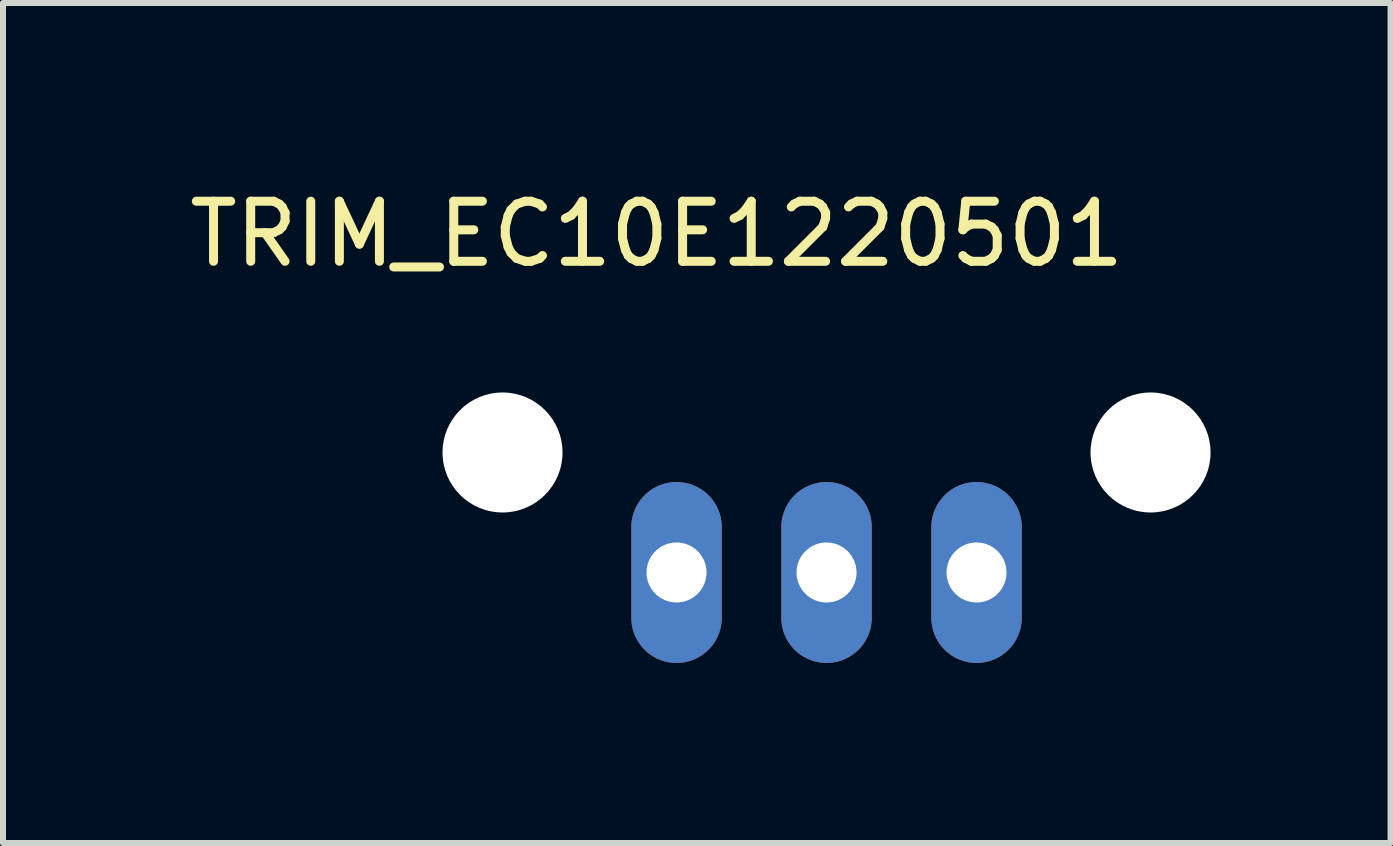
<source format=kicad_pcb>
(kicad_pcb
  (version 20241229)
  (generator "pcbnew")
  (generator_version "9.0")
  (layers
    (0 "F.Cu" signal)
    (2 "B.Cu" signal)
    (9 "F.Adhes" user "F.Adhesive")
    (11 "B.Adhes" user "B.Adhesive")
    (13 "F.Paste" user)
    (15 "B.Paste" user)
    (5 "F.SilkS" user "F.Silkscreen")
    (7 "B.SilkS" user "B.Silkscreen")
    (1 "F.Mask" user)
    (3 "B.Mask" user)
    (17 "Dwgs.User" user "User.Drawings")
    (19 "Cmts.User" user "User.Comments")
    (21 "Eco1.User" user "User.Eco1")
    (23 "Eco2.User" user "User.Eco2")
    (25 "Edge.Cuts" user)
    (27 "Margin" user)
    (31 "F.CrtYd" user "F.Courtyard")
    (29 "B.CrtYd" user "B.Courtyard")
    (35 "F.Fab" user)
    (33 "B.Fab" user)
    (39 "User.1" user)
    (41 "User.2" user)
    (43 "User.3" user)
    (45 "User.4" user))
  (footprint "TRIM_EC10E1220501"
    (layer "F.Cu")
    (at 10.725 6.491)
    (property "Reference" "TRIM_EC10E1220501" (at -2.828 -5.642 0) (layer "F.SilkS") (effects (font (size 1.001 1.001) (thickness 0.15))))
    (attr through_hole)
    (pad "" np_thru_hole circle (at -5.4 -2) (size 2 2) (drill 2) (layers "*.Cu" "*.Mask"))
    (pad "" np_thru_hole circle (at 5.4 -2) (size 2 2) (drill 2) (layers "*.Cu" "*.Mask"))
    (pad "A" thru_hole oval (at -2.5 0) (size 1.508 3.016) (drill 1) (layers "*.Cu" "*.Mask"))
    (pad "B" thru_hole oval (at 0 0) (size 1.508 3.016) (drill 1) (layers "*.Cu" "*.Mask"))
    (pad "C" thru_hole oval (at 2.5 0) (size 1.508 3.016) (drill 1) (layers "*.Cu" "*.Mask")))
  (gr_rect
    (start -3 -3)
    (end 20.125 10.999)
    (stroke (width 0.1) (type default))
    (fill no)
    (layer "Edge.Cuts")))
</source>
